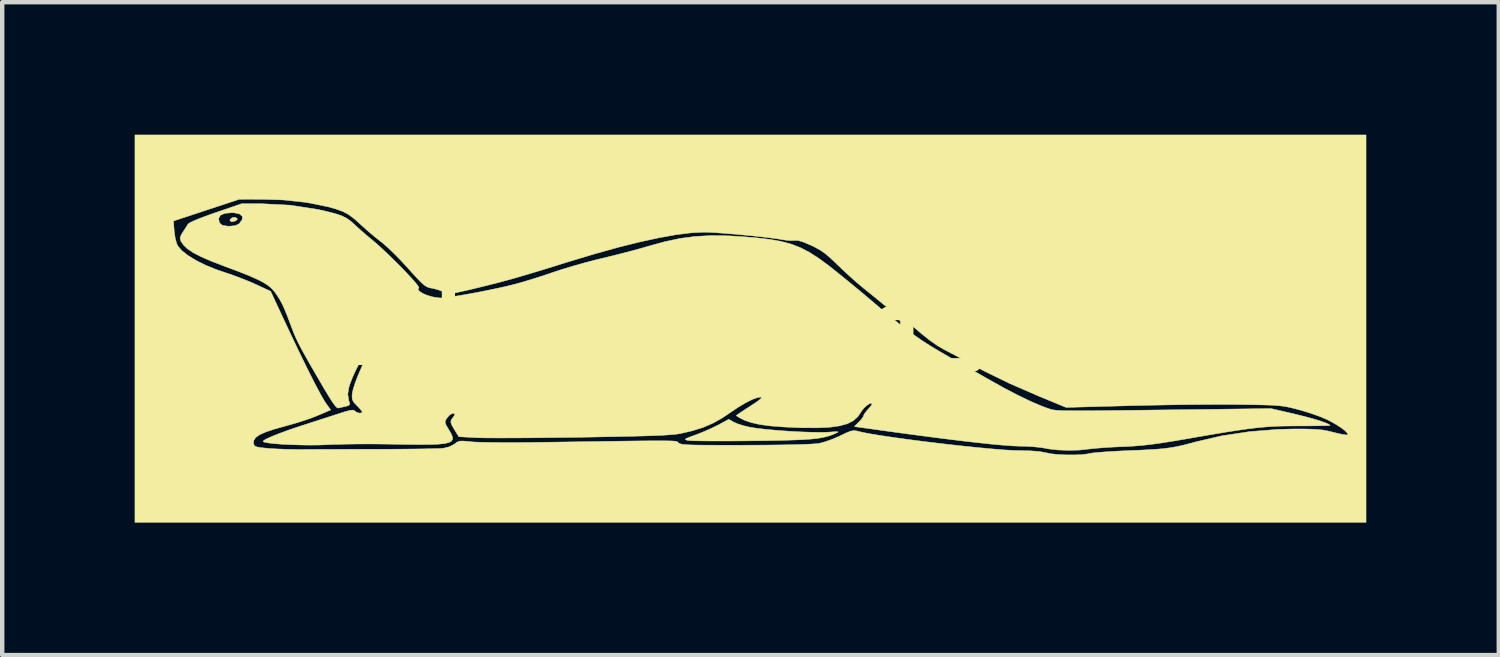
<source format=kicad_pcb>
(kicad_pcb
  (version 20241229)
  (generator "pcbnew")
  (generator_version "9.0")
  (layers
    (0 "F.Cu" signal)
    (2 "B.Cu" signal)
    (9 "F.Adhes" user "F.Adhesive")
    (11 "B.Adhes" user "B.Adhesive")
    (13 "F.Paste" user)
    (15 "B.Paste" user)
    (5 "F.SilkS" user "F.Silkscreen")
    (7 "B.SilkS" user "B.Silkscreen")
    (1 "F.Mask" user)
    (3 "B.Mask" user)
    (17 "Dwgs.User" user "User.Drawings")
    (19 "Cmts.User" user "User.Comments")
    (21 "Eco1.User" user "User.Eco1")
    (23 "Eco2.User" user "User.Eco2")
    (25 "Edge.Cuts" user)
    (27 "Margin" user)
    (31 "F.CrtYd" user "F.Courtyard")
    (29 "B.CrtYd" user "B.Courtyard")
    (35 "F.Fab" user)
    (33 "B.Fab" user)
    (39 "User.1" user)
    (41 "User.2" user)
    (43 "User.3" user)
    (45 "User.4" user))
  (footprint "otter_laying_278"
    (layer "F.Cu")
    (at 13.924 4.374)
    (property "Reference" "otter_laying_278" (at 0 0 0) (layer "F.SilkS") (effects (font (size 1.524 1.524) (thickness 0.3))))
    (attr through_hole)
    (fp_poly (pts (xy -11.602 -2.476) (xy -11.602 -2.476) (xy -11.611 -2.442) (xy -11.666 -2.414) (xy -11.737 -2.405) (xy -11.768 -2.428) (xy -11.764 -2.455) (xy -11.719 -2.496) (xy -11.653 -2.505) (xy -11.602 -2.476)) (stroke (width 0.01) (type solid)) (fill yes) (layer "F.SilkS"))
    (fp_poly (pts (xy -0.364 2.132) (xy -0.275 2.171) (xy -0.147 2.212) (xy -0.006 2.246) (xy 0 2.247) (xy 0.156 2.272) (xy 0.362 2.296) (xy 0.603 2.318) (xy 0.863 2.337) (xy 1.123 2.352) (xy 1.369 2.361) (xy 1.584 2.365) (xy 1.751 2.362) (xy 1.774 2.36) (xy 1.908 2.351) (xy 1.982 2.349) (xy 2.003 2.355) (xy 1.98 2.37) (xy 1.93 2.393) (xy 1.844 2.428) (xy 1.753 2.457) (xy 1.651 2.482) (xy 1.53 2.501) (xy 1.383 2.517) (xy 1.204 2.529) (xy 0.984 2.538) (xy 0.718 2.546) (xy 0.398 2.552) (xy 0.034 2.556) (xy -0.265 2.559) (xy -0.545 2.56) (xy -0.799 2.56) (xy -1.02 2.559) (xy -1.198 2.556) (xy -1.327 2.553) (xy -1.398 2.548) (xy -1.405 2.546) (xy -1.45 2.533) (xy -1.459 2.518) (xy -1.424 2.497) (xy -1.339 2.463) (xy -1.236 2.426) (xy -1.066 2.36) (xy -0.881 2.279) (xy -0.72 2.2) (xy -0.719 2.2) (xy -0.474 2.068) (xy -0.364 2.132)) (stroke (width 0.01) (type solid)) (fill yes) (layer "F.SilkS"))
    (fp_poly (pts (xy 13.953 4.403) (xy -13.919 4.403) (xy -13.919 -2.421) (xy -13.047 -2.421) (xy -13.03 -2.196) (xy -13.008 -2.033) (xy -12.969 -1.899) (xy -12.949 -1.857) (xy -12.86 -1.752) (xy -12.717 -1.639) (xy -12.53 -1.525) (xy -12.31 -1.416) (xy -12.07 -1.319) (xy -11.93 -1.271) (xy -11.729 -1.204) (xy -11.51 -1.122) (xy -11.302 -1.038) (xy -11.189 -0.988) (xy -10.847 -0.83) (xy -10.563 -0.22) (xy -10.385 0.159) (xy -10.218 0.51) (xy -10.064 0.826) (xy -9.926 1.103) (xy -9.806 1.336) (xy -9.707 1.521) (xy -9.632 1.651) (xy -9.6 1.699) (xy -9.487 1.857) (xy -9.776 1.98) (xy -9.927 2.04) (xy -10.119 2.105) (xy -10.325 2.169) (xy -10.493 2.216) (xy -10.754 2.288) (xy -10.952 2.354) (xy -11.094 2.417) (xy -11.185 2.481) (xy -11.229 2.548) (xy -11.232 2.622) (xy -11.226 2.643) (xy -11.206 2.673) (xy -11.159 2.694) (xy -11.072 2.71) (xy -10.934 2.724) (xy -10.878 2.729) (xy -10.693 2.74) (xy -10.476 2.748) (xy -10.263 2.752) (xy -10.177 2.752) (xy -10.058 2.751) (xy -9.882 2.75) (xy -9.658 2.749) (xy -9.397 2.749) (xy -9.108 2.748) (xy -8.801 2.747) (xy -8.488 2.747) (xy -8.45 2.747) (xy -8.146 2.746) (xy -7.859 2.744) (xy -7.595 2.741) (xy -7.363 2.738) (xy -7.171 2.734) (xy -7.029 2.73) (xy -6.944 2.725) (xy -6.933 2.724) (xy -6.798 2.69) (xy -6.688 2.633) (xy -6.677 2.624) (xy -6.627 2.586) (xy -6.577 2.565) (xy -6.509 2.56) (xy -6.404 2.567) (xy -6.315 2.577) (xy -6.218 2.584) (xy -6.062 2.589) (xy -5.858 2.593) (xy -5.614 2.595) (xy -5.34 2.595) (xy -5.045 2.594) (xy -4.758 2.59) (xy -4.231 2.583) (xy -3.767 2.576) (xy -3.363 2.57) (xy -3.014 2.565) (xy -2.716 2.561) (xy -2.465 2.558) (xy -2.257 2.556) (xy -2.088 2.556) (xy -1.953 2.556) (xy -1.849 2.557) (xy -1.771 2.559) (xy -1.715 2.562) (xy -1.676 2.567) (xy -1.652 2.572) (xy -1.637 2.579) (xy -1.628 2.586) (xy -1.621 2.595) (xy -1.613 2.602) (xy -1.593 2.616) (xy -1.561 2.627) (xy -1.511 2.636) (xy -1.437 2.643) (xy -1.332 2.649) (xy -1.192 2.652) (xy -1.01 2.654) (xy -0.778 2.655) (xy -0.493 2.656) (xy -0.146 2.655) (xy -0.089 2.655) (xy 0.317 2.653) (xy 0.673 2.649) (xy 0.977 2.644) (xy 1.224 2.637) (xy 1.412 2.628) (xy 1.537 2.618) (xy 1.575 2.613) (xy 1.703 2.579) (xy 1.861 2.523) (xy 2.019 2.456) (xy 2.052 2.44) (xy 2.188 2.375) (xy 2.282 2.338) (xy 2.351 2.325) (xy 2.412 2.33) (xy 2.442 2.338) (xy 2.566 2.367) (xy 2.749 2.401) (xy 2.981 2.439) (xy 3.252 2.479) (xy 3.554 2.521) (xy 3.877 2.563) (xy 4.212 2.604) (xy 4.55 2.644) (xy 4.881 2.68) (xy 5.196 2.712) (xy 5.487 2.739) (xy 5.743 2.76) (xy 5.955 2.773) (xy 6.113 2.778) (xy 6.36 2.783) (xy 6.554 2.798) (xy 6.69 2.822) (xy 6.706 2.826) (xy 6.82 2.849) (xy 6.979 2.866) (xy 7.162 2.874) (xy 7.349 2.875) (xy 7.518 2.868) (xy 7.649 2.852) (xy 7.688 2.843) (xy 7.755 2.832) (xy 7.878 2.819) (xy 8.047 2.806) (xy 8.25 2.793) (xy 8.477 2.782) (xy 8.619 2.776) (xy 8.906 2.764) (xy 9.139 2.751) (xy 9.332 2.736) (xy 9.5 2.716) (xy 9.657 2.689) (xy 9.816 2.654) (xy 9.992 2.609) (xy 10.092 2.581) (xy 10.681 2.444) (xy 11.307 2.349) (xy 11.948 2.297) (xy 12.311 2.288) (xy 12.541 2.288) (xy 12.719 2.292) (xy 12.859 2.299) (xy 12.976 2.312) (xy 13.086 2.332) (xy 13.203 2.361) (xy 13.219 2.365) (xy 13.353 2.397) (xy 13.461 2.418) (xy 13.528 2.424) (xy 13.541 2.421) (xy 13.534 2.385) (xy 13.477 2.326) (xy 13.38 2.253) (xy 13.253 2.173) (xy 13.108 2.093) (xy 13.086 2.082) (xy 12.95 2.023) (xy 12.773 1.957) (xy 12.581 1.895) (xy 12.44 1.854) (xy 12.322 1.823) (xy 12.221 1.799) (xy 12.126 1.78) (xy 12.028 1.766) (xy 11.915 1.756) (xy 11.777 1.748) (xy 11.605 1.743) (xy 11.387 1.739) (xy 11.113 1.735) (xy 11.074 1.734) (xy 10.818 1.732) (xy 10.509 1.732) (xy 10.16 1.734) (xy 9.788 1.738) (xy 9.405 1.744) (xy 9.026 1.751) (xy 8.665 1.759) (xy 8.635 1.76) (xy 7.161 1.8) (xy 6.549 1.547) (xy 5.893 1.262) (xy 5.304 0.975) (xy 4.917 0.766) (xy 4.756 0.677) (xy 4.576 0.581) (xy 4.415 0.497) (xy 4.405 0.492) (xy 4.248 0.401) (xy 4.07 0.276) (xy 3.894 0.136) (xy 3.86 0.107) (xy 3.733 -0.002) (xy 3.614 -0.098) (xy 3.519 -0.17) (xy 3.468 -0.202) (xy 3.4 -0.245) (xy 3.297 -0.319) (xy 3.175 -0.413) (xy 3.099 -0.475) (xy 2.943 -0.603) (xy 2.766 -0.747) (xy 2.6 -0.881) (xy 2.557 -0.916) (xy 2.418 -1.033) (xy 2.255 -1.178) (xy 2.091 -1.33) (xy 1.981 -1.436) (xy 1.833 -1.577) (xy 1.711 -1.682) (xy 1.596 -1.762) (xy 1.47 -1.831) (xy 1.391 -1.869) (xy 1.216 -1.943) (xy 1.092 -1.98) (xy 1.018 -1.982) (xy 0.936 -1.977) (xy 0.82 -1.986) (xy 0.745 -1.998) (xy 0.605 -2.021) (xy 0.412 -2.046) (xy 0.184 -2.072) (xy -0.065 -2.097) (xy -0.32 -2.121) (xy -0.564 -2.141) (xy -0.782 -2.157) (xy -0.959 -2.166) (xy -1.045 -2.167) (xy -1.325 -2.153) (xy -1.663 -2.111) (xy -2.053 -2.041) (xy -2.492 -1.946) (xy -2.977 -1.825) (xy -3.501 -1.679) (xy -4.063 -1.51) (xy -4.174 -1.476) (xy -4.609 -1.34) (xy -4.994 -1.223) (xy -5.342 -1.122) (xy -5.667 -1.033) (xy -5.981 -0.953) (xy -6.298 -0.876) (xy -6.328 -0.869) (xy -6.517 -0.826) (xy -6.652 -0.797) (xy -6.746 -0.781) (xy -6.812 -0.777) (xy -6.861 -0.785) (xy -6.906 -0.803) (xy -6.934 -0.817) (xy -7.048 -0.862) (xy -7.177 -0.896) (xy -7.203 -0.9) (xy -7.26 -0.911) (xy -7.312 -0.932) (xy -7.368 -0.968) (xy -7.436 -1.028) (xy -7.525 -1.119) (xy -7.644 -1.249) (xy -7.741 -1.357) (xy -7.888 -1.516) (xy -8.039 -1.671) (xy -8.18 -1.807) (xy -8.299 -1.913) (xy -8.351 -1.954) (xy -8.485 -2.059) (xy -8.637 -2.187) (xy -8.778 -2.313) (xy -8.798 -2.332) (xy -8.95 -2.468) (xy -9.083 -2.567) (xy -9.22 -2.639) (xy -9.384 -2.697) (xy -9.546 -2.742) (xy -10.038 -2.841) (xy -10.57 -2.898) (xy -11.035 -2.912) (xy -11.555 -2.913) (xy -12.301 -2.667) (xy -13.047 -2.421) (xy -13.919 -2.421) (xy -13.919 -4.369) (xy 13.953 -4.369) (xy 13.953 4.403)) (stroke (width 0.01) (type solid)) (fill yes) (layer "F.SilkS"))
    (fp_poly (pts (xy -10.399 -2.778) (xy -9.766 -2.68) (xy -9.594 -2.641) (xy -9.399 -2.592) (xy -9.254 -2.545) (xy -9.14 -2.491) (xy -9.04 -2.422) (xy -8.936 -2.33) (xy -8.924 -2.318) (xy -8.8 -2.205) (xy -8.659 -2.083) (xy -8.568 -2.008) (xy -8.463 -1.92) (xy -8.337 -1.807) (xy -8.197 -1.675) (xy -8.052 -1.533) (xy -7.908 -1.39) (xy -7.774 -1.251) (xy -7.658 -1.127) (xy -7.567 -1.023) (xy -7.508 -0.949) (xy -7.49 -0.912) (xy -7.491 -0.91) (xy -7.511 -0.873) (xy -7.477 -0.828) (xy -7.401 -0.78) (xy -7.296 -0.736) (xy -7.174 -0.701) (xy -7.046 -0.681) (xy -6.979 -0.678) (xy -6.886 -0.685) (xy -6.74 -0.705) (xy -6.554 -0.735) (xy -6.339 -0.773) (xy -6.108 -0.816) (xy -5.875 -0.863) (xy -5.652 -0.91) (xy -5.452 -0.956) (xy -5.359 -0.979) (xy -5.171 -1.03) (xy -4.947 -1.097) (xy -4.712 -1.171) (xy -4.493 -1.245) (xy -4.468 -1.253) (xy -4.264 -1.321) (xy -4.017 -1.396) (xy -3.752 -1.471) (xy -3.493 -1.539) (xy -3.353 -1.573) (xy -3.12 -1.629) (xy -2.876 -1.691) (xy -2.642 -1.752) (xy -2.439 -1.808) (xy -2.328 -1.841) (xy -1.938 -1.949) (xy -1.578 -2.026) (xy -1.227 -2.072) (xy -0.866 -2.091) (xy -0.474 -2.085) (xy -0.203 -2.069) (xy 0.154 -2.04) (xy 0.456 -2.004) (xy 0.714 -1.958) (xy 0.941 -1.897) (xy 1.15 -1.816) (xy 1.352 -1.711) (xy 1.559 -1.578) (xy 1.785 -1.412) (xy 1.942 -1.288) (xy 2.126 -1.139) (xy 2.322 -0.979) (xy 2.511 -0.823) (xy 2.673 -0.687) (xy 2.738 -0.632) (xy 3.024 -0.388) (xy 3.27 -0.184) (xy 3.49 -0.01) (xy 3.693 0.142) (xy 3.89 0.279) (xy 4.092 0.409) (xy 4.311 0.54) (xy 4.521 0.661) (xy 4.703 0.764) (xy 4.919 0.887) (xy 5.147 1.016) (xy 5.362 1.139) (xy 5.419 1.171) (xy 5.753 1.358) (xy 6.066 1.521) (xy 6.349 1.658) (xy 6.592 1.763) (xy 6.739 1.818) (xy 6.776 1.83) (xy 6.81 1.841) (xy 6.845 1.85) (xy 6.887 1.858) (xy 6.94 1.864) (xy 7.008 1.869) (xy 7.096 1.873) (xy 7.209 1.875) (xy 7.351 1.876) (xy 7.527 1.876) (xy 7.741 1.875) (xy 7.999 1.873) (xy 8.304 1.869) (xy 8.662 1.865) (xy 9.076 1.86) (xy 9.552 1.854) (xy 9.737 1.852) (xy 11.803 1.826) (xy 12.325 1.947) (xy 12.545 2.001) (xy 12.744 2.054) (xy 12.912 2.105) (xy 13.04 2.151) (xy 13.119 2.187) (xy 13.14 2.208) (xy 13.108 2.211) (xy 13.018 2.214) (xy 12.88 2.216) (xy 12.705 2.218) (xy 12.501 2.219) (xy 12.438 2.219) (xy 12.227 2.22) (xy 12.036 2.223) (xy 11.856 2.23) (xy 11.679 2.242) (xy 11.495 2.259) (xy 11.294 2.283) (xy 11.068 2.315) (xy 10.808 2.355) (xy 10.505 2.405) (xy 10.149 2.466) (xy 9.923 2.506) (xy 9.604 2.56) (xy 9.338 2.602) (xy 9.11 2.634) (xy 8.906 2.658) (xy 8.714 2.674) (xy 8.519 2.686) (xy 8.433 2.689) (xy 8.227 2.698) (xy 8.028 2.71) (xy 7.852 2.724) (xy 7.719 2.737) (xy 7.671 2.743) (xy 7.458 2.766) (xy 7.217 2.772) (xy 6.975 2.763) (xy 6.76 2.738) (xy 6.689 2.724) (xy 6.568 2.705) (xy 6.405 2.689) (xy 6.223 2.679) (xy 6.096 2.677) (xy 5.944 2.671) (xy 5.731 2.655) (xy 5.459 2.63) (xy 5.135 2.595) (xy 4.763 2.552) (xy 4.347 2.501) (xy 3.892 2.442) (xy 3.403 2.377) (xy 2.884 2.305) (xy 2.873 2.303) (xy 2.7 2.279) (xy 2.552 2.259) (xy 2.441 2.244) (xy 2.38 2.236) (xy 2.373 2.235) (xy 2.384 2.215) (xy 2.434 2.165) (xy 2.465 2.136) (xy 2.532 2.065) (xy 2.57 2.007) (xy 2.574 1.993) (xy 2.596 1.945) (xy 2.651 1.872) (xy 2.682 1.839) (xy 2.742 1.77) (xy 2.77 1.72) (xy 2.769 1.708) (xy 2.727 1.708) (xy 2.661 1.747) (xy 2.59 1.809) (xy 2.533 1.88) (xy 2.523 1.898) (xy 2.446 2.011) (xy 2.344 2.101) (xy 2.208 2.17) (xy 2.033 2.218) (xy 1.812 2.249) (xy 1.539 2.262) (xy 1.208 2.261) (xy 1.103 2.258) (xy 0.755 2.242) (xy 0.466 2.219) (xy 0.231 2.187) (xy 0.04 2.145) (xy -0.113 2.093) (xy -0.166 2.067) (xy -0.248 2.023) (xy -0.298 1.992) (xy -0.305 1.985) (xy -0.278 1.963) (xy -0.205 1.913) (xy -0.099 1.843) (xy 0.008 1.774) (xy 0.145 1.684) (xy 0.234 1.617) (xy 0.271 1.576) (xy 0.265 1.565) (xy 0.183 1.574) (xy 0.061 1.618) (xy -0.089 1.693) (xy -0.255 1.791) (xy -0.399 1.888) (xy -0.628 2.042) (xy -0.841 2.161) (xy -1.057 2.253) (xy -1.3 2.329) (xy -1.558 2.389) (xy -1.626 2.401) (xy -1.714 2.412) (xy -1.826 2.421) (xy -1.968 2.43) (xy -2.145 2.438) (xy -2.363 2.445) (xy -2.627 2.452) (xy -2.942 2.459) (xy -3.313 2.466) (xy -3.746 2.474) (xy -3.81 2.475) (xy -4.185 2.48) (xy -4.551 2.484) (xy -4.9 2.488) (xy -5.225 2.49) (xy -5.517 2.491) (xy -5.77 2.491) (xy -5.975 2.49) (xy -6.126 2.487) (xy -6.198 2.485) (xy -6.587 2.463) (xy -6.68 2.313) (xy -6.742 2.206) (xy -6.768 2.135) (xy -6.758 2.081) (xy -6.717 2.026) (xy -6.682 1.972) (xy -6.682 1.943) (xy -6.732 1.934) (xy -6.799 1.975) (xy -6.861 2.048) (xy -6.89 2.1) (xy -6.896 2.145) (xy -6.873 2.204) (xy -6.817 2.297) (xy -6.812 2.306) (xy -6.762 2.392) (xy -6.732 2.462) (xy -6.728 2.519) (xy -6.754 2.563) (xy -6.815 2.596) (xy -6.916 2.619) (xy -7.061 2.633) (xy -7.257 2.64) (xy -7.507 2.641) (xy -7.817 2.637) (xy -8.043 2.633) (xy -8.326 2.629) (xy -8.62 2.627) (xy -8.908 2.628) (xy -9.173 2.632) (xy -9.4 2.638) (xy -9.533 2.643) (xy -9.733 2.651) (xy -9.951 2.653) (xy -10.175 2.65) (xy -10.394 2.643) (xy -10.597 2.633) (xy -10.772 2.619) (xy -10.909 2.603) (xy -10.995 2.585) (xy -11.018 2.574) (xy -11.004 2.549) (xy -10.931 2.507) (xy -10.807 2.452) (xy -10.638 2.385) (xy -10.43 2.309) (xy -10.19 2.228) (xy -10.109 2.202) (xy -9.906 2.136) (xy -9.686 2.065) (xy -9.478 1.998) (xy -9.323 1.948) (xy -9.166 1.898) (xy -9.061 1.869) (xy -8.995 1.86) (xy -8.956 1.868) (xy -8.938 1.883) (xy -8.887 1.917) (xy -8.824 1.93) (xy -8.779 1.919) (xy -8.771 1.903) (xy -8.794 1.866) (xy -8.851 1.801) (xy -8.893 1.759) (xy -8.966 1.682) (xy -8.999 1.617) (xy -9.004 1.535) (xy -9 1.489) (xy -8.98 1.394) (xy -8.938 1.259) (xy -8.879 1.103) (xy -8.831 0.99) (xy -8.76 0.825) (xy -8.72 0.716) (xy -8.71 0.657) (xy -8.722 0.643) (xy -8.757 0.673) (xy -8.809 0.751) (xy -8.872 0.863) (xy -8.938 0.996) (xy -8.999 1.134) (xy -9.05 1.265) (xy -9.076 1.351) (xy -9.1 1.501) (xy -9.079 1.639) (xy -9.057 1.704) (xy -9.064 1.745) (xy -9.128 1.772) (xy -9.15 1.777) (xy -9.245 1.798) (xy -9.316 1.815) (xy -9.317 1.815) (xy -9.346 1.804) (xy -9.392 1.756) (xy -9.456 1.665) (xy -9.544 1.526) (xy -9.659 1.334) (xy -9.711 1.245) (xy -9.861 0.987) (xy -9.981 0.778) (xy -10.076 0.61) (xy -10.151 0.474) (xy -10.21 0.361) (xy -10.258 0.262) (xy -10.3 0.169) (xy -10.339 0.072) (xy -10.38 -0.036) (xy -10.397 -0.082) (xy -10.474 -0.283) (xy -10.536 -0.434) (xy -10.59 -0.552) (xy -10.645 -0.651) (xy -10.706 -0.746) (xy -10.756 -0.816) (xy -10.819 -0.889) (xy -10.9 -0.958) (xy -11.008 -1.028) (xy -11.151 -1.101) (xy -11.335 -1.183) (xy -11.569 -1.276) (xy -11.859 -1.384) (xy -11.881 -1.392) (xy -12.18 -1.507) (xy -12.418 -1.61) (xy -12.6 -1.704) (xy -12.732 -1.792) (xy -12.819 -1.877) (xy -12.822 -1.881) (xy -12.881 -1.967) (xy -12.897 -2.034) (xy -12.872 -2.107) (xy -12.827 -2.179) (xy -12.769 -2.268) (xy -12.723 -2.341) (xy -12.717 -2.352) (xy -12.673 -2.383) (xy -12.572 -2.431) (xy -12.498 -2.461) (xy -12.023 -2.461) (xy -12.003 -2.375) (xy -11.94 -2.324) (xy -11.823 -2.304) (xy -11.779 -2.303) (xy -11.65 -2.315) (xy -11.565 -2.356) (xy -11.549 -2.371) (xy -11.488 -2.458) (xy -11.49 -2.529) (xy -11.552 -2.58) (xy -11.67 -2.606) (xy -11.727 -2.608) (xy -11.883 -2.594) (xy -11.981 -2.553) (xy -12.021 -2.483) (xy -12.023 -2.461) (xy -12.498 -2.461) (xy -12.423 -2.491) (xy -12.234 -2.561) (xy -12.095 -2.61) (xy -11.508 -2.811) (xy -11.037 -2.811) (xy -10.399 -2.778)) (stroke (width 0.01) (type solid)) (fill yes) (layer "F.SilkS")))
  (gr_rect
    (start -3 -3)
    (end 30.882 11.781)
    (stroke (width 0.1) (type default))
    (fill no)
    (layer "Edge.Cuts")))
</source>
